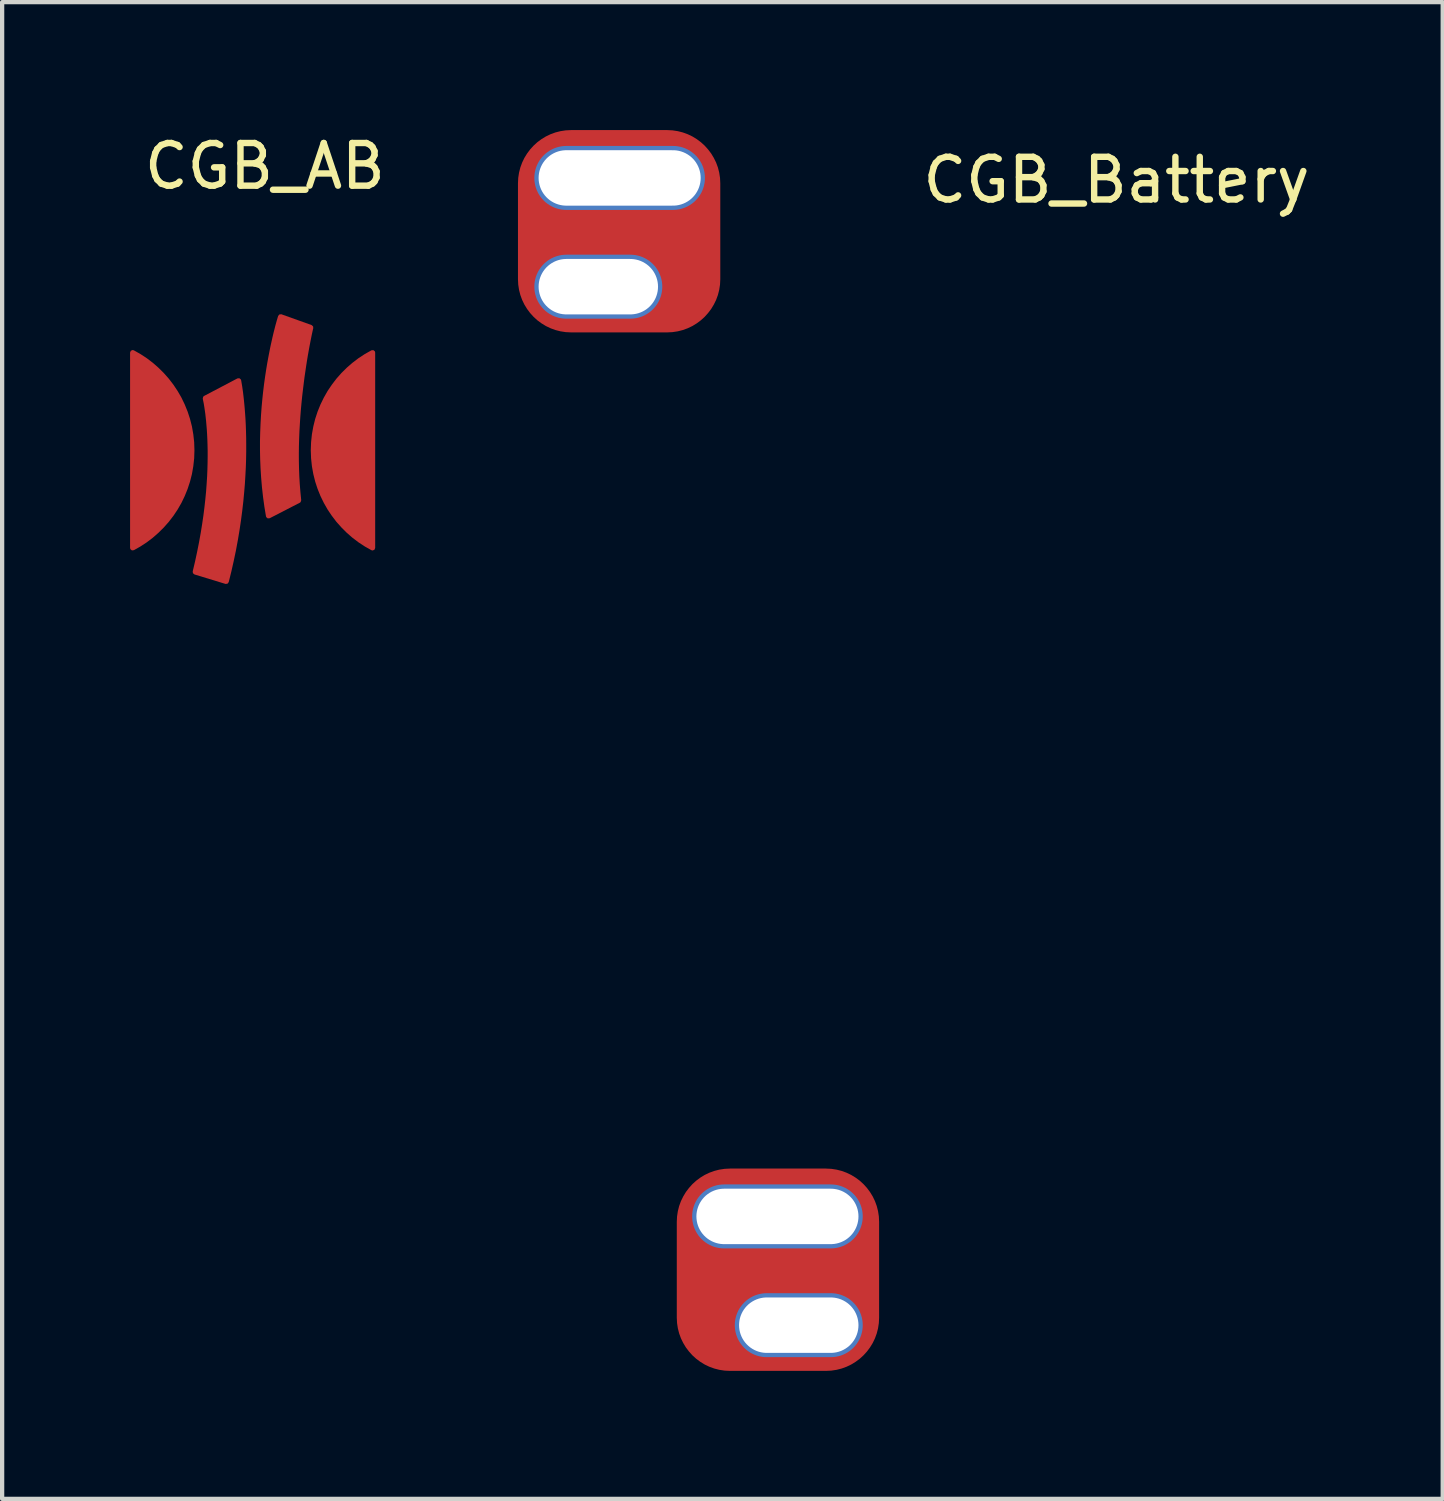
<source format=kicad_pcb>
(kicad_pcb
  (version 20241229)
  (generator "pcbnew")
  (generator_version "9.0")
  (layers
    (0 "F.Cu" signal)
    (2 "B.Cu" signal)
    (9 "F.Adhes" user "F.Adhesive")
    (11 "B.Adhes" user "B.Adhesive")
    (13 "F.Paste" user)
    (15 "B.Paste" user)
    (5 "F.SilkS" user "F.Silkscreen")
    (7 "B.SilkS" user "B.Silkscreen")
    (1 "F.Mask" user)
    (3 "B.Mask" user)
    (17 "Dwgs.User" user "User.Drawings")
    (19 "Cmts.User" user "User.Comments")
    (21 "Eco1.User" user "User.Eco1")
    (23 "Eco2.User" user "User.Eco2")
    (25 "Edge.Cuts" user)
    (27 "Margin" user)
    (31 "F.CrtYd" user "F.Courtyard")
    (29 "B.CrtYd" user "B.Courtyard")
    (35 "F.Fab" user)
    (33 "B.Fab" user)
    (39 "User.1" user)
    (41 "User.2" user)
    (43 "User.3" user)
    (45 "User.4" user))
  (footprint "CGB_Battery"
    (layer "F.Cu")
    (at 23.129 1.672)
    (property "Reference" "CGB_Battery" (at 0 -0.5 0) (unlocked yes) (layer "F.SilkS") (effects (font (size 1 1) (thickness 0.15))))
    (attr smd)
    (pad "1" thru_hole oval (at -12.15 2 180) (size 3 1.5) (drill oval 2.8 1.3) (layers "*.Cu" "*.Mask"))
    (pad "1" thru_hole oval (at -11.65 -0.55 180) (size 4 1.5) (drill oval 3.8 1.3) (layers "*.Cu" "*.Mask"))
    (pad "1" smd custom (at -11.6 0.7 180) (size 1.5 1.5) (layers "F.Cu" "F.Mask" "F.Paste") (options (anchor circle)) (primitives (gr_poly (pts (xy -1.337 0.745) (xy -1.507 0.705) (xy -1.662 0.627) (xy -1.796 0.515) (xy -1.9 0.375) (xy -1.968 0.215) (xy -1.999 0.044) (xy -1.989 -0.13) (xy -1.939 -0.297) (xy -1.852 -0.448) (xy -1.732 -0.575) (xy -1.587 -0.67) (xy -1.423 -0.73) (xy -1.25 -0.75) (xy 1.25 -0.75) (xy 1.337 -0.745) (xy 1.507 -0.705) (xy 1.662 -0.627) (xy 1.796 -0.515) (xy 1.9 -0.375) (xy 1.968 -0.215) (xy 1.999 -0.044) (xy 1.989 0.13) (xy 1.939 0.297) (xy 1.852 0.448) (xy 1.732 0.575) (xy 1.587 0.67) (xy 1.423 0.73) (xy 1.25 0.75) (xy -1.25 0.75)) (width 0) (fill yes)) (gr_poly (pts (xy 1.185 -2.312) (xy -1.061 -2.312) (xy -1.182 -2.306) (xy -1.301 -2.288) (xy -1.414 -2.259) (xy -1.524 -2.219) (xy -1.628 -2.169) (xy -1.726 -2.109) (xy -1.817 -2.041) (xy -1.902 -1.964) (xy -1.978 -1.879) (xy -2.047 -1.788) (xy -2.106 -1.69) (xy -2.157 -1.586) (xy -2.197 -1.477) (xy -2.226 -1.363) (xy -2.244 -1.245) (xy -2.25 -1.123) (xy -2.25 1.123) (xy -2.244 1.245) (xy -2.226 1.363) (xy -2.197 1.477) (xy -2.157 1.586) (xy -2.106 1.69) (xy -2.047 1.788) (xy -1.978 1.879) (xy -1.902 1.964) (xy -1.817 2.041) (xy -1.726 2.109) (xy -1.628 2.169) (xy -1.524 2.219) (xy -1.414 2.259) (xy -1.301 2.288) (xy -1.182 2.306) (xy -1.061 2.312) (xy 1.185 2.312) (xy 1.307 2.306) (xy 1.425 2.288) (xy 1.539 2.259) (xy 1.648 2.219) (xy 1.752 2.169) (xy 1.85 2.109) (xy 1.942 2.041) (xy 2.026 1.964) (xy 2.103 1.879) (xy 2.171 1.788) (xy 2.231 1.69) (xy 2.281 1.586) (xy 2.321 1.477) (xy 2.35 1.363) (xy 2.368 1.245) (xy 2.374 1.123) (xy 2.374 -1.123) (xy 2.368 -1.245) (xy 2.35 -1.363) (xy 2.321 -1.477) (xy 2.281 -1.586) (xy 2.231 -1.69) (xy 2.171 -1.788) (xy 2.103 -1.879) (xy 2.026 -1.964) (xy 1.942 -2.041) (xy 1.85 -2.109) (xy 1.752 -2.169) (xy 1.648 -2.219) (xy 1.539 -2.259) (xy 1.425 -2.288) (xy 1.307 -2.306)) (width 0.12) (fill yes))))
    (pad "2" smd custom (at -8 25.05) (size 1.5 1.5) (layers "F.Cu" "F.Mask" "F.Paste") (options (anchor circle)) (primitives (gr_poly (pts (xy -1.337 -0.745) (xy -1.507 -0.705) (xy -1.662 -0.627) (xy -1.796 -0.515) (xy -1.9 -0.375) (xy -1.968 -0.215) (xy -1.999 -0.044) (xy -1.989 0.13) (xy -1.939 0.297) (xy -1.852 0.448) (xy -1.732 0.575) (xy -1.587 0.67) (xy -1.423 0.73) (xy -1.25 0.75) (xy 1.25 0.75) (xy 1.337 0.745) (xy 1.507 0.705) (xy 1.662 0.627) (xy 1.796 0.515) (xy 1.9 0.375) (xy 1.968 0.215) (xy 1.999 0.044) (xy 1.989 -0.13) (xy 1.939 -0.297) (xy 1.852 -0.448) (xy 1.732 -0.575) (xy 1.587 -0.67) (xy 1.423 -0.73) (xy 1.25 -0.75) (xy -1.25 -0.75)) (width 0) (fill yes)) (gr_poly (pts (xy 1.185 2.312) (xy -1.061 2.312) (xy -1.182 2.306) (xy -1.301 2.288) (xy -1.414 2.259) (xy -1.524 2.219) (xy -1.628 2.169) (xy -1.726 2.109) (xy -1.817 2.041) (xy -1.902 1.964) (xy -1.978 1.879) (xy -2.047 1.788) (xy -2.106 1.69) (xy -2.157 1.586) (xy -2.197 1.477) (xy -2.226 1.363) (xy -2.244 1.245) (xy -2.25 1.123) (xy -2.25 -1.123) (xy -2.244 -1.245) (xy -2.226 -1.363) (xy -2.197 -1.477) (xy -2.157 -1.586) (xy -2.106 -1.69) (xy -2.047 -1.788) (xy -1.978 -1.879) (xy -1.902 -1.964) (xy -1.817 -2.041) (xy -1.726 -2.109) (xy -1.628 -2.169) (xy -1.524 -2.219) (xy -1.414 -2.259) (xy -1.301 -2.288) (xy -1.182 -2.306) (xy -1.061 -2.312) (xy 1.185 -2.312) (xy 1.307 -2.306) (xy 1.425 -2.288) (xy 1.539 -2.259) (xy 1.648 -2.219) (xy 1.752 -2.169) (xy 1.85 -2.109) (xy 1.942 -2.041) (xy 2.026 -1.964) (xy 2.103 -1.879) (xy 2.171 -1.788) (xy 2.231 -1.69) (xy 2.281 -1.586) (xy 2.321 -1.477) (xy 2.35 -1.363) (xy 2.368 -1.245) (xy 2.374 -1.123) (xy 2.374 1.123) (xy 2.368 1.245) (xy 2.35 1.363) (xy 2.321 1.477) (xy 2.281 1.586) (xy 2.231 1.69) (xy 2.171 1.788) (xy 2.103 1.879) (xy 2.026 1.964) (xy 1.942 2.041) (xy 1.85 2.109) (xy 1.752 2.169) (xy 1.648 2.219) (xy 1.539 2.259) (xy 1.425 2.288) (xy 1.307 2.306)) (width 0.12) (fill yes))))
    (pad "2" thru_hole oval (at -7.95 23.8) (size 4 1.5) (drill oval 3.8 1.3) (layers "*.Cu" "*.Mask"))
    (pad "2" thru_hole oval (at -7.45 26.35) (size 3 1.5) (drill oval 2.8 1.3) (layers "*.Cu" "*.Mask")))
  (footprint "CGB_AB"
    (layer "F.Cu")
    (at 2.96 5.398)
    (property "Reference" "CGB_AB" (at 0.2 -4.55 0) (unlocked yes) (layer "F.SilkS") (effects (font (size 1 1) (thickness 0.15))))
    (attr smd)
    (pad "1" smd custom (at -0.731 2.395) (size 0.493 0.862) (layers "F.Cu" "F.Mask" "F.Paste") (options (anchor circle)) (primitives (gr_poly (pts (xy -0.246 -0.308) (xy -0.237 -0.355) (xy -0.21 -0.395) (xy -0.17 -0.422) (xy -0.123 -0.431) (xy 0.123 -0.431) (xy 0.17 -0.422) (xy 0.21 -0.395) (xy 0.237 -0.355) (xy 0.246 -0.308) (xy 0.246 0.308) (xy 0.237 0.355) (xy 0.21 0.395) (xy 0.17 0.422) (xy 0.123 0.431) (xy -0.123 0.431) (xy -0.17 0.422) (xy -0.21 0.395) (xy -0.237 0.355) (xy -0.246 0.308)) (width 0) (fill yes)) (gr_poly (pts (xy 0.026 2.791) (xy -0.702 2.569) (xy -0.647 2.336) (xy -0.598 2.108) (xy -0.554 1.887) (xy -0.515 1.671) (xy -0.481 1.461) (xy -0.451 1.258) (xy -0.426 1.061) (xy -0.405 0.87) (xy -0.387 0.686) (xy -0.374 0.508) (xy -0.363 0.337) (xy -0.356 0.173) (xy -0.352 0.016) (xy -0.35 -0.134) (xy -0.35 -0.277) (xy -0.353 -0.413) (xy -0.357 -0.541) (xy -0.363 -0.662) (xy -0.37 -0.775) (xy -0.387 -0.978) (xy -0.406 -1.15) (xy -0.426 -1.289) (xy -0.443 -1.394) (xy -0.466 -1.506) (xy 0.316 -1.917) (xy 0.32 -1.894) (xy 0.34 -1.776) (xy 0.359 -1.644) (xy 0.379 -1.471) (xy 0.389 -1.371) (xy 0.399 -1.261) (xy 0.408 -1.142) (xy 0.417 -1.014) (xy 0.424 -0.877) (xy 0.429 -0.732) (xy 0.433 -0.579) (xy 0.434 -0.418) (xy 0.434 -0.249) (xy 0.431 -0.073) (xy 0.425 0.111) (xy 0.415 0.301) (xy 0.403 0.499) (xy 0.386 0.702) (xy 0.366 0.913) (xy 0.341 1.129) (xy 0.312 1.351) (xy 0.278 1.578) (xy 0.239 1.811) (xy 0.195 2.049) (xy 0.144 2.292) (xy 0.088 2.54)) (width 0.12) (fill yes))))
    (pad "1" smd custom (at 2.2 2.3) (size 0.493 0.862) (layers "F.Cu" "F.Mask" "F.Paste") (options (anchor circle)) (primitives (gr_poly (pts (xy -0.246 -0.308) (xy -0.237 -0.355) (xy -0.21 -0.395) (xy -0.17 -0.422) (xy -0.123 -0.431) (xy 0.123 -0.431) (xy 0.17 -0.422) (xy 0.21 -0.395) (xy 0.237 -0.355) (xy 0.246 -0.308) (xy 0.246 0.308) (xy 0.237 0.355) (xy 0.21 0.395) (xy 0.17 0.422) (xy 0.123 0.431) (xy -0.123 0.431) (xy -0.17 0.422) (xy -0.21 0.395) (xy -0.237 0.355) (xy -0.246 0.308)) (width 0) (fill yes)) (gr_poly (pts (xy 0.527 2.1) (xy 0.527 -2.481) (xy 0.375 -2.395) (xy 0.23 -2.3) (xy 0.092 -2.195) (xy -0.039 -2.081) (xy -0.162 -1.959) (xy -0.276 -1.83) (xy -0.381 -1.692) (xy -0.478 -1.548) (xy -0.564 -1.397) (xy -0.641 -1.239) (xy -0.707 -1.076) (xy -0.762 -0.908) (xy -0.805 -0.735) (xy -0.837 -0.557) (xy -0.856 -0.376) (xy -0.863 -0.191) (xy -0.856 -0.005) (xy -0.837 0.176) (xy -0.805 0.354) (xy -0.762 0.527) (xy -0.707 0.695) (xy -0.641 0.858) (xy -0.564 1.016) (xy -0.478 1.167) (xy -0.381 1.311) (xy -0.276 1.449) (xy -0.161 1.578) (xy -0.039 1.7) (xy 0.092 1.814) (xy 0.23 1.919) (xy 0.375 2.014)) (width 0.12) (fill yes))))
    (pad "2" smd custom (at -2.45 2.3) (size 0.393 0.812) (layers "F.Cu" "F.Mask" "F.Paste") (options (anchor circle)) (primitives (gr_poly (pts (xy -0.197 -0.308) (xy -0.189 -0.345) (xy -0.168 -0.377) (xy -0.136 -0.399) (xy -0.098 -0.406) (xy 0.098 -0.406) (xy 0.136 -0.399) (xy 0.168 -0.377) (xy 0.189 -0.345) (xy 0.197 -0.308) (xy 0.197 0.308) (xy 0.189 0.345) (xy 0.168 0.377) (xy 0.136 0.399) (xy 0.098 0.406) (xy -0.098 0.406) (xy -0.136 0.399) (xy -0.168 0.377) (xy -0.189 0.345) (xy -0.197 0.308)) (width 0) (fill yes)) (gr_poly (pts (xy -0.45 2.1) (xy -0.45 -2.481) (xy -0.298 -2.395) (xy -0.153 -2.3) (xy -0.015 -2.195) (xy 0.115 -2.081) (xy 0.238 -1.959) (xy 0.352 -1.83) (xy 0.458 -1.692) (xy 0.554 -1.548) (xy 0.641 -1.397) (xy 0.717 -1.239) (xy 0.783 -1.076) (xy 0.838 -0.908) (xy 0.882 -0.735) (xy 0.913 -0.557) (xy 0.933 -0.376) (xy 0.939 -0.191) (xy 0.933 -0.005) (xy 0.913 0.176) (xy 0.882 0.354) (xy 0.838 0.527) (xy 0.783 0.695) (xy 0.717 0.858) (xy 0.641 1.016) (xy 0.554 1.167) (xy 0.458 1.311) (xy 0.352 1.449) (xy 0.238 1.578) (xy 0.115 1.7) (xy -0.015 1.814) (xy -0.153 1.919) (xy -0.298 2.014)) (width 0.12) (fill yes))))
    (pad "2" smd custom (at 0.6 1.9) (size 0.393 0.812) (layers "F.Cu" "F.Mask" "F.Paste") (options (anchor circle)) (primitives (gr_poly (pts (xy -0.197 -0.308) (xy -0.189 -0.345) (xy -0.168 -0.377) (xy -0.136 -0.399) (xy -0.098 -0.406) (xy 0.098 -0.406) (xy 0.136 -0.399) (xy 0.168 -0.377) (xy 0.189 -0.345) (xy 0.197 -0.308) (xy 0.197 0.308) (xy 0.189 0.345) (xy 0.168 0.377) (xy 0.136 0.399) (xy 0.098 0.406) (xy -0.098 0.406) (xy -0.136 0.399) (xy -0.168 0.377) (xy -0.189 0.345) (xy -0.197 0.308)) (width 0) (fill yes)) (gr_poly (pts (xy 0.393 1.386) (xy -0.314 1.75) (xy -0.352 1.522) (xy -0.383 1.296) (xy -0.408 1.071) (xy -0.427 0.849) (xy -0.441 0.63) (xy -0.45 0.414) (xy -0.454 0.201) (xy -0.454 -0.008) (xy -0.449 -0.213) (xy -0.441 -0.413) (xy -0.43 -0.609) (xy -0.416 -0.799) (xy -0.399 -0.984) (xy -0.38 -1.162) (xy -0.359 -1.334) (xy -0.336 -1.5) (xy -0.312 -1.658) (xy -0.287 -1.809) (xy -0.261 -1.952) (xy -0.235 -2.086) (xy -0.21 -2.212) (xy -0.184 -2.329) (xy -0.16 -2.437) (xy -0.137 -2.534) (xy -0.095 -2.699) (xy -0.061 -2.821) (xy -0.031 -2.922) (xy 0.677 -2.669) (xy 0.671 -2.645) (xy 0.644 -2.522) (xy 0.617 -2.388) (xy 0.584 -2.217) (xy 0.566 -2.117) (xy 0.547 -2.01) (xy 0.528 -1.895) (xy 0.509 -1.773) (xy 0.49 -1.644) (xy 0.47 -1.508) (xy 0.452 -1.366) (xy 0.434 -1.218) (xy 0.416 -1.065) (xy 0.4 -0.908) (xy 0.385 -0.746) (xy 0.372 -0.58) (xy 0.361 -0.41) (xy 0.351 -0.238) (xy 0.344 -0.063) (xy 0.339 0.115) (xy 0.337 0.294) (xy 0.338 0.475) (xy 0.342 0.657) (xy 0.349 0.839) (xy 0.36 1.022) (xy 0.375 1.204)) (width 0.12) (fill yes)))))
  (gr_rect
    (start -3 -3)
    (end 30.778 32.094)
    (stroke (width 0.1) (type default))
    (fill no)
    (layer "Edge.Cuts")))
</source>
